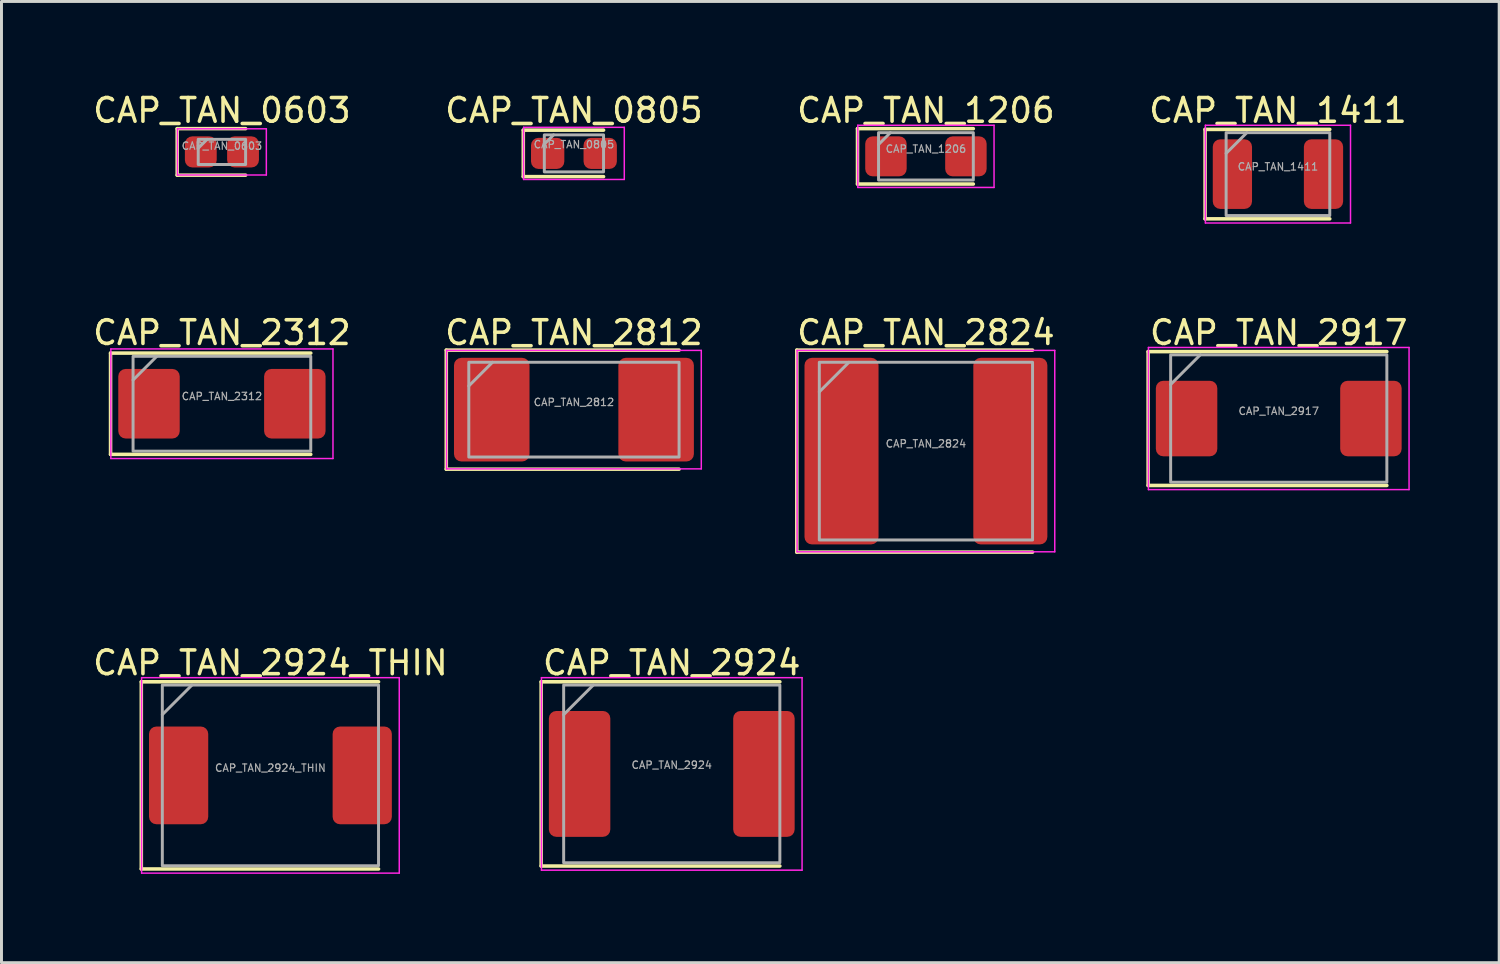
<source format=kicad_pcb>
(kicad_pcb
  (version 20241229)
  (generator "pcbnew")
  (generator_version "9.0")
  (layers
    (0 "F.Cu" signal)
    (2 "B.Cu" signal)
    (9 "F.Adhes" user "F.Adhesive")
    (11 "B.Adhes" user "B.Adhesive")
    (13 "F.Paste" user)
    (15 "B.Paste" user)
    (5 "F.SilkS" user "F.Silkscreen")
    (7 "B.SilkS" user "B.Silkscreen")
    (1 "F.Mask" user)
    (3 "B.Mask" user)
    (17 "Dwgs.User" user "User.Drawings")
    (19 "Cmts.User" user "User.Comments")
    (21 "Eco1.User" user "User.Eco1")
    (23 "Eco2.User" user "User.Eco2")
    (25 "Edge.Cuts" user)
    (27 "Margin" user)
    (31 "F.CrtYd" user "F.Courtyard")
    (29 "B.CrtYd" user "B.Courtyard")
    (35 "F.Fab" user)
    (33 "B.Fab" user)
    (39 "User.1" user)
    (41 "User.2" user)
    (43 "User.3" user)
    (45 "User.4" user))
  (footprint "CAP_TAN_2312"
    (layer "F.Cu")
    (at 4.443 10.582)
    (property "Reference" "CAP_TAN_2312" (at 0 -2.4 0) (layer "F.SilkS") (effects (font (size 0.8 0.8) (thickness 0.12))))
    (attr smd)
    (fp_line (start -3.76 -1.71) (end -3.76 1.71) (stroke (width 0.12) (type solid)) (layer "F.SilkS"))
    (fp_line (start -3.76 1.71) (end 3 1.71) (stroke (width 0.12) (type solid)) (layer "F.SilkS"))
    (fp_line (start 3 -1.71) (end -3.76 -1.71) (stroke (width 0.12) (type solid)) (layer "F.SilkS"))
    (fp_line (start -3.75 -1.85) (end 3.75 -1.85) (stroke (width 0.05) (type solid)) (layer "F.CrtYd"))
    (fp_line (start -3.75 1.85) (end -3.75 -1.85) (stroke (width 0.05) (type solid)) (layer "F.CrtYd"))
    (fp_line (start 3.75 -1.85) (end 3.75 1.85) (stroke (width 0.05) (type solid)) (layer "F.CrtYd"))
    (fp_line (start 3.75 1.85) (end -3.75 1.85) (stroke (width 0.05) (type solid)) (layer "F.CrtYd"))
    (fp_line (start -2.2 -1.6) (end -3 -0.8) (stroke (width 0.1) (type solid)) (layer "F.Fab"))
    (fp_rect (start -3 -1.6) (end 3 1.6) (stroke (width 0.1) (type default)) (fill no) (layer "F.Fab"))
    (fp_text user "${REFERENCE}" (at 0 -0.25 0) (layer "F.Fab") (effects (font (size 0.25 0.25) (thickness 0.04))))
    (pad "1" smd roundrect (at -2.462 0) (size 2.075 2.35) (layers "F.Cu" "F.Mask" "F.Paste") (roundrect_rratio 0.12))
    (pad "2" smd roundrect (at 2.462 0) (size 2.075 2.35) (layers "F.Cu" "F.Mask" "F.Paste") (roundrect_rratio 0.12)))
  (footprint "CAP_TAN_2812"
    (layer "F.Cu")
    (at 16.329 10.782)
    (property "Reference" "CAP_TAN_2812" (at 0 -2.6 0) (layer "F.SilkS") (effects (font (size 0.8 0.8) (thickness 0.12))))
    (attr smd)
    (fp_line (start -4.31 -2.01) (end -4.31 2.01) (stroke (width 0.12) (type solid)) (layer "F.SilkS"))
    (fp_line (start -4.31 2.01) (end 3.55 2.01) (stroke (width 0.12) (type solid)) (layer "F.SilkS"))
    (fp_line (start 3.55 -2.01) (end -4.31 -2.01) (stroke (width 0.12) (type solid)) (layer "F.SilkS"))
    (fp_line (start -4.3 -2) (end 4.3 -2) (stroke (width 0.05) (type solid)) (layer "F.CrtYd"))
    (fp_line (start -4.3 2) (end -4.3 -2) (stroke (width 0.05) (type solid)) (layer "F.CrtYd"))
    (fp_line (start 4.3 -2) (end 4.3 2) (stroke (width 0.05) (type solid)) (layer "F.CrtYd"))
    (fp_line (start 4.3 2) (end -4.3 2) (stroke (width 0.05) (type solid)) (layer "F.CrtYd"))
    (fp_line (start -2.75 -1.6) (end -3.55 -0.8) (stroke (width 0.1) (type solid)) (layer "F.Fab"))
    (fp_rect (start -3.55 -1.6) (end 3.55 1.6) (stroke (width 0.1) (type default)) (fill no) (layer "F.Fab"))
    (fp_text user "${REFERENCE}" (at 0 -0.25 0) (layer "F.Fab") (effects (font (size 0.25 0.25) (thickness 0.04))))
    (pad "1" smd roundrect (at -2.775 0) (size 2.55 3.5) (layers "F.Cu" "F.Mask" "F.Paste") (roundrect_rratio 0.098))
    (pad "2" smd roundrect (at 2.775 0) (size 2.55 3.5) (layers "F.Cu" "F.Mask" "F.Paste") (roundrect_rratio 0.098)))
  (footprint "CAP_TAN_2824"
    (layer "F.Cu")
    (at 28.214 12.182)
    (property "Reference" "CAP_TAN_2824" (at 0 -4 0) (layer "F.SilkS") (effects (font (size 0.8 0.8) (thickness 0.12))))
    (attr smd)
    (fp_line (start -4.36 -3.41) (end -4.36 3.41) (stroke (width 0.12) (type solid)) (layer "F.SilkS"))
    (fp_line (start -4.36 3.41) (end 3.6 3.41) (stroke (width 0.12) (type solid)) (layer "F.SilkS"))
    (fp_line (start 3.6 -3.41) (end -4.36 -3.41) (stroke (width 0.12) (type solid)) (layer "F.SilkS"))
    (fp_line (start -4.35 -3.4) (end 4.35 -3.4) (stroke (width 0.05) (type solid)) (layer "F.CrtYd"))
    (fp_line (start -4.35 3.4) (end -4.35 -3.4) (stroke (width 0.05) (type solid)) (layer "F.CrtYd"))
    (fp_line (start 4.35 -3.4) (end 4.35 3.4) (stroke (width 0.05) (type solid)) (layer "F.CrtYd"))
    (fp_line (start 4.35 3.4) (end -4.35 3.4) (stroke (width 0.05) (type solid)) (layer "F.CrtYd"))
    (fp_line (start -2.6 -3) (end -3.6 -2) (stroke (width 0.1) (type solid)) (layer "F.Fab"))
    (fp_rect (start -3.6 -3) (end 3.6 3) (stroke (width 0.1) (type default)) (fill no) (layer "F.Fab"))
    (fp_text user "${REFERENCE}" (at 0 -0.25 0) (layer "F.Fab") (effects (font (size 0.25 0.25) (thickness 0.04))))
    (pad "1" smd roundrect (at -2.85 0) (size 2.5 6.3) (layers "F.Cu" "F.Mask" "F.Paste") (roundrect_rratio 0.1))
    (pad "2" smd roundrect (at 2.85 0) (size 2.5 6.3) (layers "F.Cu" "F.Mask" "F.Paste") (roundrect_rratio 0.1)))
  (footprint "CAP_TAN_1411"
    (layer "F.Cu")
    (at 40.1 2.829)
    (property "Reference" "CAP_TAN_1411" (at 0 -2.15 0) (layer "F.SilkS") (effects (font (size 0.8 0.8) (thickness 0.12))))
    (attr smd)
    (fp_line (start -2.46 -1.51) (end -2.46 1.51) (stroke (width 0.12) (type solid)) (layer "F.SilkS"))
    (fp_line (start -2.46 1.51) (end 1.75 1.51) (stroke (width 0.12) (type solid)) (layer "F.SilkS"))
    (fp_line (start 1.75 -1.51) (end -2.46 -1.51) (stroke (width 0.12) (type solid)) (layer "F.SilkS"))
    (fp_line (start -2.45 -1.65) (end 2.45 -1.65) (stroke (width 0.05) (type solid)) (layer "F.CrtYd"))
    (fp_line (start -2.45 1.65) (end -2.45 -1.65) (stroke (width 0.05) (type solid)) (layer "F.CrtYd"))
    (fp_line (start 2.45 -1.65) (end 2.45 1.65) (stroke (width 0.05) (type solid)) (layer "F.CrtYd"))
    (fp_line (start 2.45 1.65) (end -2.45 1.65) (stroke (width 0.05) (type solid)) (layer "F.CrtYd"))
    (fp_line (start -1.05 -1.4) (end -1.75 -0.7) (stroke (width 0.1) (type solid)) (layer "F.Fab"))
    (fp_rect (start -1.75 -1.4) (end 1.75 1.4) (stroke (width 0.1) (type default)) (fill no) (layer "F.Fab"))
    (fp_text user "${REFERENCE}" (at 0 -0.25 0) (layer "F.Fab") (effects (font (size 0.25 0.25) (thickness 0.04))))
    (pad "1" smd roundrect (at -1.538 0) (size 1.325 2.35) (layers "F.Cu" "F.Mask" "F.Paste") (roundrect_rratio 0.189))
    (pad "2" smd roundrect (at 1.538 0) (size 1.325 2.35) (layers "F.Cu" "F.Mask" "F.Paste") (roundrect_rratio 0.189)))
  (footprint "CAP_TAN_2924"
    (layer "F.Cu")
    (at 19.632 23.081)
    (property "Reference" "CAP_TAN_2924" (at 0 -3.75 0) (layer "F.SilkS") (effects (font (size 0.8 0.8) (thickness 0.12))))
    (attr smd)
    (fp_line (start -4.41 -3.11) (end -4.41 3.11) (stroke (width 0.12) (type solid)) (layer "F.SilkS"))
    (fp_line (start -4.41 3.11) (end 3.65 3.11) (stroke (width 0.12) (type solid)) (layer "F.SilkS"))
    (fp_line (start 3.65 -3.11) (end -4.41 -3.11) (stroke (width 0.12) (type solid)) (layer "F.SilkS"))
    (fp_line (start -4.4 -3.25) (end 4.4 -3.25) (stroke (width 0.05) (type solid)) (layer "F.CrtYd"))
    (fp_line (start -4.4 3.25) (end -4.4 -3.25) (stroke (width 0.05) (type solid)) (layer "F.CrtYd"))
    (fp_line (start 4.4 -3.25) (end 4.4 3.25) (stroke (width 0.05) (type solid)) (layer "F.CrtYd"))
    (fp_line (start 4.4 3.25) (end -4.4 3.25) (stroke (width 0.05) (type solid)) (layer "F.CrtYd"))
    (fp_line (start -2.65 -3) (end -3.65 -2) (stroke (width 0.1) (type solid)) (layer "F.Fab"))
    (fp_rect (start -3.65 -3) (end 3.65 3) (stroke (width 0.1) (type default)) (fill no) (layer "F.Fab"))
    (fp_text user "${REFERENCE}" (at 0 -0.3 0) (layer "F.Fab") (effects (font (size 0.25 0.25) (thickness 0.04))))
    (pad "1" smd roundrect (at -3.112 0) (size 2.075 4.25) (layers "F.Cu" "F.Mask" "F.Paste") (roundrect_rratio 0.12))
    (pad "2" smd roundrect (at 3.112 0) (size 2.075 4.25) (layers "F.Cu" "F.Mask" "F.Paste") (roundrect_rratio 0.12)))
  (footprint "CAP_TAN_0805"
    (layer "F.Cu")
    (at 16.329 2.129)
    (property "Reference" "CAP_TAN_0805" (at 0 -1.45 0) (layer "F.SilkS") (effects (font (size 0.8 0.8) (thickness 0.12))))
    (attr smd)
    (fp_line (start -1.71 -0.785) (end -1.71 0.785) (stroke (width 0.12) (type solid)) (layer "F.SilkS"))
    (fp_line (start -1.71 0.785) (end 1 0.785) (stroke (width 0.12) (type solid)) (layer "F.SilkS"))
    (fp_line (start 1 -0.785) (end -1.71 -0.785) (stroke (width 0.12) (type solid)) (layer "F.SilkS"))
    (fp_line (start -1.7 -0.88) (end 1.7 -0.88) (stroke (width 0.05) (type solid)) (layer "F.CrtYd"))
    (fp_line (start -1.7 0.88) (end -1.7 -0.88) (stroke (width 0.05) (type solid)) (layer "F.CrtYd"))
    (fp_line (start 1.7 -0.88) (end 1.7 0.88) (stroke (width 0.05) (type solid)) (layer "F.CrtYd"))
    (fp_line (start 1.7 0.88) (end -1.7 0.88) (stroke (width 0.05) (type solid)) (layer "F.CrtYd"))
    (fp_line (start -0.688 -0.625) (end -1 -0.312) (stroke (width 0.1) (type solid)) (layer "F.Fab"))
    (fp_rect (start -1 -0.625) (end 1 0.625) (stroke (width 0.1) (type default)) (fill no) (layer "F.Fab"))
    (fp_text user "${REFERENCE}" (at 0 -0.3 0) (layer "F.Fab") (effects (font (size 0.25 0.25) (thickness 0.04))))
    (pad "1" smd roundrect (at -0.887 0) (size 1.125 1.05) (layers "F.Cu" "F.Mask" "F.Paste") (roundrect_rratio 0.238))
    (pad "2" smd roundrect (at 0.887 0) (size 1.125 1.05) (layers "F.Cu" "F.Mask" "F.Paste") (roundrect_rratio 0.238)))
  (footprint "CAP_TAN_2924_THIN"
    (layer "F.Cu")
    (at 6.081 23.131)
    (property "Reference" "CAP_TAN_2924_THIN" (at 0 -3.8 0) (layer "F.SilkS") (effects (font (size 0.8 0.8) (thickness 0.12))))
    (attr smd)
    (fp_line (start -4.36 -3.16) (end -4.36 3.16) (stroke (width 0.12) (type solid)) (layer "F.SilkS"))
    (fp_line (start -4.36 3.16) (end 3.65 3.16) (stroke (width 0.12) (type solid)) (layer "F.SilkS"))
    (fp_line (start 3.65 -3.16) (end -4.36 -3.16) (stroke (width 0.12) (type solid)) (layer "F.SilkS"))
    (fp_line (start -4.35 -3.3) (end 4.35 -3.3) (stroke (width 0.05) (type solid)) (layer "F.CrtYd"))
    (fp_line (start -4.35 3.3) (end -4.35 -3.3) (stroke (width 0.05) (type solid)) (layer "F.CrtYd"))
    (fp_line (start 4.35 -3.3) (end 4.35 3.3) (stroke (width 0.05) (type solid)) (layer "F.CrtYd"))
    (fp_line (start 4.35 3.3) (end -4.35 3.3) (stroke (width 0.05) (type solid)) (layer "F.CrtYd"))
    (fp_line (start -2.65 -3.05) (end -3.65 -2.05) (stroke (width 0.1) (type solid)) (layer "F.Fab"))
    (fp_rect (start -3.65 -3.05) (end 3.65 3.05) (stroke (width 0.1) (type default)) (fill no) (layer "F.Fab"))
    (fp_text user "${REFERENCE}" (at 0 -0.25 0) (layer "F.Fab") (effects (font (size 0.25 0.25) (thickness 0.04))))
    (pad "1" smd roundrect (at -3.1 0) (size 2 3.3) (layers "F.Cu" "F.Mask" "F.Paste") (roundrect_rratio 0.125))
    (pad "2" smd roundrect (at 3.1 0) (size 2 3.3) (layers "F.Cu" "F.Mask" "F.Paste") (roundrect_rratio 0.125)))
  (footprint "CAP_TAN_0603"
    (layer "F.Cu")
    (at 4.443 2.079)
    (property "Reference" "CAP_TAN_0603" (at 0 -1.4 0) (layer "F.SilkS") (effects (font (size 0.8 0.8) (thickness 0.12))))
    (attr smd)
    (fp_line (start -1.51 -0.785) (end -1.51 0.785) (stroke (width 0.12) (type solid)) (layer "F.SilkS"))
    (fp_line (start -1.51 0.785) (end 0.8 0.785) (stroke (width 0.12) (type solid)) (layer "F.SilkS"))
    (fp_line (start 0.8 -0.785) (end -1.51 -0.785) (stroke (width 0.12) (type solid)) (layer "F.SilkS"))
    (fp_line (start -1.5 -0.78) (end 1.5 -0.78) (stroke (width 0.05) (type solid)) (layer "F.CrtYd"))
    (fp_line (start -1.5 0.78) (end -1.5 -0.78) (stroke (width 0.05) (type solid)) (layer "F.CrtYd"))
    (fp_line (start 1.5 -0.78) (end 1.5 0.78) (stroke (width 0.05) (type solid)) (layer "F.CrtYd"))
    (fp_line (start 1.5 0.78) (end -1.5 0.78) (stroke (width 0.05) (type solid)) (layer "F.CrtYd"))
    (fp_line (start -0.5 -0.425) (end -0.8 -0.125) (stroke (width 0.1) (type solid)) (layer "F.Fab"))
    (fp_rect (start -0.8 -0.425) (end 0.8 0.425) (stroke (width 0.1) (type default)) (fill no) (layer "F.Fab"))
    (fp_text user "${REFERENCE}" (at 0 -0.2 0) (layer "F.Fab") (effects (font (size 0.25 0.25) (thickness 0.04))))
    (pad "1" smd roundrect (at -0.713 0) (size 1.075 1.05) (layers "F.Cu" "F.Mask" "F.Paste") (roundrect_rratio 0.238))
    (pad "2" smd roundrect (at 0.713 0) (size 1.075 1.05) (layers "F.Cu" "F.Mask" "F.Paste") (roundrect_rratio 0.238)))
  (footprint "CAP_TAN_1206"
    (layer "F.Cu")
    (at 28.214 2.229)
    (property "Reference" "CAP_TAN_1206" (at 0 -1.55 0) (layer "F.SilkS") (effects (font (size 0.8 0.8) (thickness 0.12))))
    (attr smd)
    (fp_line (start -2.31 -0.935) (end -2.31 0.935) (stroke (width 0.12) (type solid)) (layer "F.SilkS"))
    (fp_line (start -2.31 0.935) (end 1.6 0.935) (stroke (width 0.12) (type solid)) (layer "F.SilkS"))
    (fp_line (start 1.6 -0.935) (end -2.31 -0.935) (stroke (width 0.12) (type solid)) (layer "F.SilkS"))
    (fp_line (start -2.3 -1.05) (end 2.3 -1.05) (stroke (width 0.05) (type solid)) (layer "F.CrtYd"))
    (fp_line (start -2.3 1.05) (end -2.3 -1.05) (stroke (width 0.05) (type solid)) (layer "F.CrtYd"))
    (fp_line (start 2.3 -1.05) (end 2.3 1.05) (stroke (width 0.05) (type solid)) (layer "F.CrtYd"))
    (fp_line (start 2.3 1.05) (end -2.3 1.05) (stroke (width 0.05) (type solid)) (layer "F.CrtYd"))
    (fp_line (start -1.2 -0.8) (end -1.6 -0.4) (stroke (width 0.1) (type solid)) (layer "F.Fab"))
    (fp_rect (start -1.6 -0.8) (end 1.6 0.8) (stroke (width 0.1) (type default)) (fill no) (layer "F.Fab"))
    (fp_text user "${REFERENCE}" (at 0 -0.25 0) (layer "F.Fab") (effects (font (size 0.25 0.25) (thickness 0.04))))
    (pad "1" smd roundrect (at -1.35 0) (size 1.4 1.35) (layers "F.Cu" "F.Mask" "F.Paste") (roundrect_rratio 0.185))
    (pad "2" smd roundrect (at 1.35 0) (size 1.4 1.35) (layers "F.Cu" "F.Mask" "F.Paste") (roundrect_rratio 0.185)))
  (footprint "CAP_TAN_2917"
    (layer "F.Cu")
    (at 40.127 11.082)
    (property "Reference" "CAP_TAN_2917" (at 0 -2.9 0) (layer "F.SilkS") (effects (font (size 0.8 0.8) (thickness 0.12))))
    (attr smd)
    (fp_line (start -4.41 -2.26) (end -4.41 2.26) (stroke (width 0.12) (type solid)) (layer "F.SilkS"))
    (fp_line (start -4.41 2.26) (end 3.65 2.26) (stroke (width 0.12) (type solid)) (layer "F.SilkS"))
    (fp_line (start 3.65 -2.26) (end -4.41 -2.26) (stroke (width 0.12) (type solid)) (layer "F.SilkS"))
    (fp_line (start -4.4 -2.4) (end 4.4 -2.4) (stroke (width 0.05) (type solid)) (layer "F.CrtYd"))
    (fp_line (start -4.4 2.4) (end -4.4 -2.4) (stroke (width 0.05) (type solid)) (layer "F.CrtYd"))
    (fp_line (start 4.4 -2.4) (end 4.4 2.4) (stroke (width 0.05) (type solid)) (layer "F.CrtYd"))
    (fp_line (start 4.4 2.4) (end -4.4 2.4) (stroke (width 0.05) (type solid)) (layer "F.CrtYd"))
    (fp_line (start -2.65 -2.15) (end -3.65 -1.15) (stroke (width 0.1) (type solid)) (layer "F.Fab"))
    (fp_rect (start -3.65 -2.15) (end 3.65 2.15) (stroke (width 0.1) (type default)) (fill no) (layer "F.Fab"))
    (fp_text user "${REFERENCE}" (at 0 -0.25 0) (layer "F.Fab") (effects (font (size 0.25 0.25) (thickness 0.04))))
    (pad "1" smd roundrect (at -3.112 0) (size 2.075 2.55) (layers "F.Cu" "F.Mask" "F.Paste") (roundrect_rratio 0.12))
    (pad "2" smd roundrect (at 3.112 0) (size 2.075 2.55) (layers "F.Cu" "F.Mask" "F.Paste") (roundrect_rratio 0.12)))
  (gr_rect
    (start -3 -3)
    (end 47.57 29.456)
    (stroke (width 0.1) (type default))
    (fill no)
    (layer "Edge.Cuts")))
</source>
